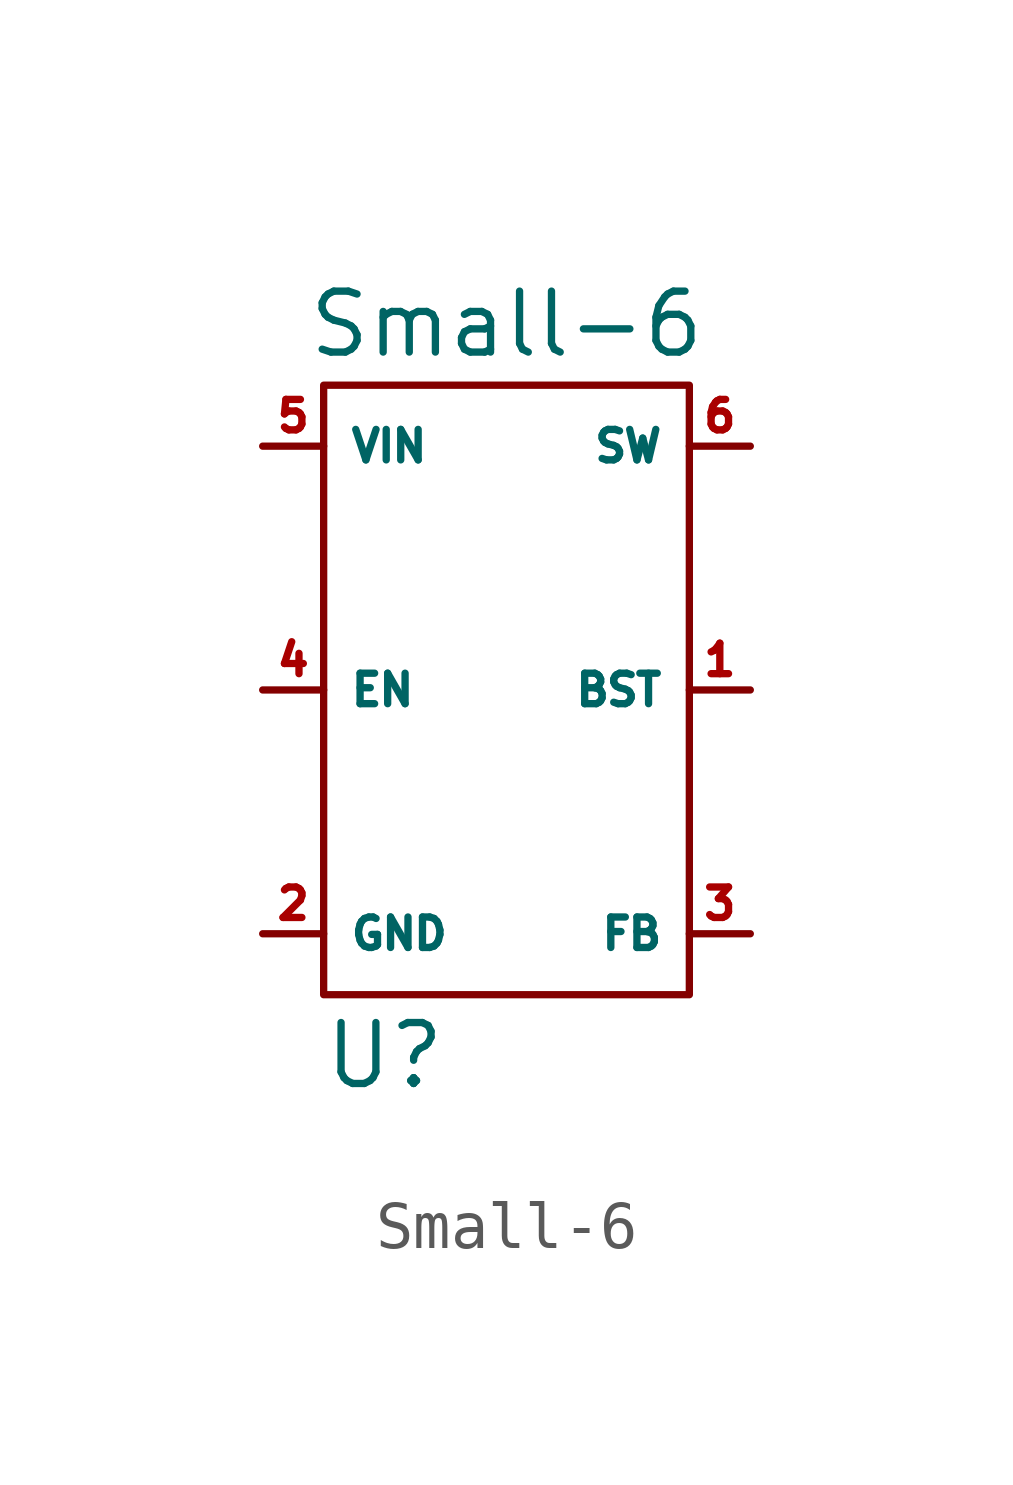
<source format=kicad_sym>
(kicad_symbol_lib
  (version 20211014)
  (generator kicad_symbol_editor)
  (symbol "Small-6"
    (property "Reference" "U"
      (at -2.54 -7.62 0)
      (effects (font (size 1.27 1.27))))
    (property "Value" "Small-6"
      (at 0 7.62 0)
      (effects (font (size 1.27 1.27))))
    (symbol "Small-6_0_1"
      (rectangle (start -3.81 6.35) (end 3.81 -6.35) (stroke (width 0) (type default) (color 0 0 0 0)) (fill (type none))))
    (symbol "Small-6_1_1"
      (pin power_in line (at 5.08 0 180) (length 1.27) (name "BST" (effects (font (size 0.635 0.635)))) (number "1" (effects (font (size 0.635 0.635)))))
      (pin passive line (at -5.08 -5.08 0) (length 1.27) (name "GND" (effects (font (size 0.635 0.635)))) (number "2" (effects (font (size 0.635 0.635)))))
      (pin input line (at 5.08 -5.08 180) (length 1.27) (name "FB" (effects (font (size 0.635 0.635)))) (number "3" (effects (font (size 0.635 0.635)))))
      (pin input line (at -5.08 0 0) (length 1.27) (name "EN" (effects (font (size 0.635 0.635)))) (number "4" (effects (font (size 0.635 0.635)))))
      (pin power_in line (at -5.08 5.08 0) (length 1.27) (name "VIN" (effects (font (size 0.635 0.635)))) (number "5" (effects (font (size 0.635 0.635)))))
      (pin power_out line (at 5.08 5.08 180) (length 1.27) (name "SW" (effects (font (size 0.635 0.635)))) (number "6" (effects (font (size 0.635 0.635))))))))
</source>
